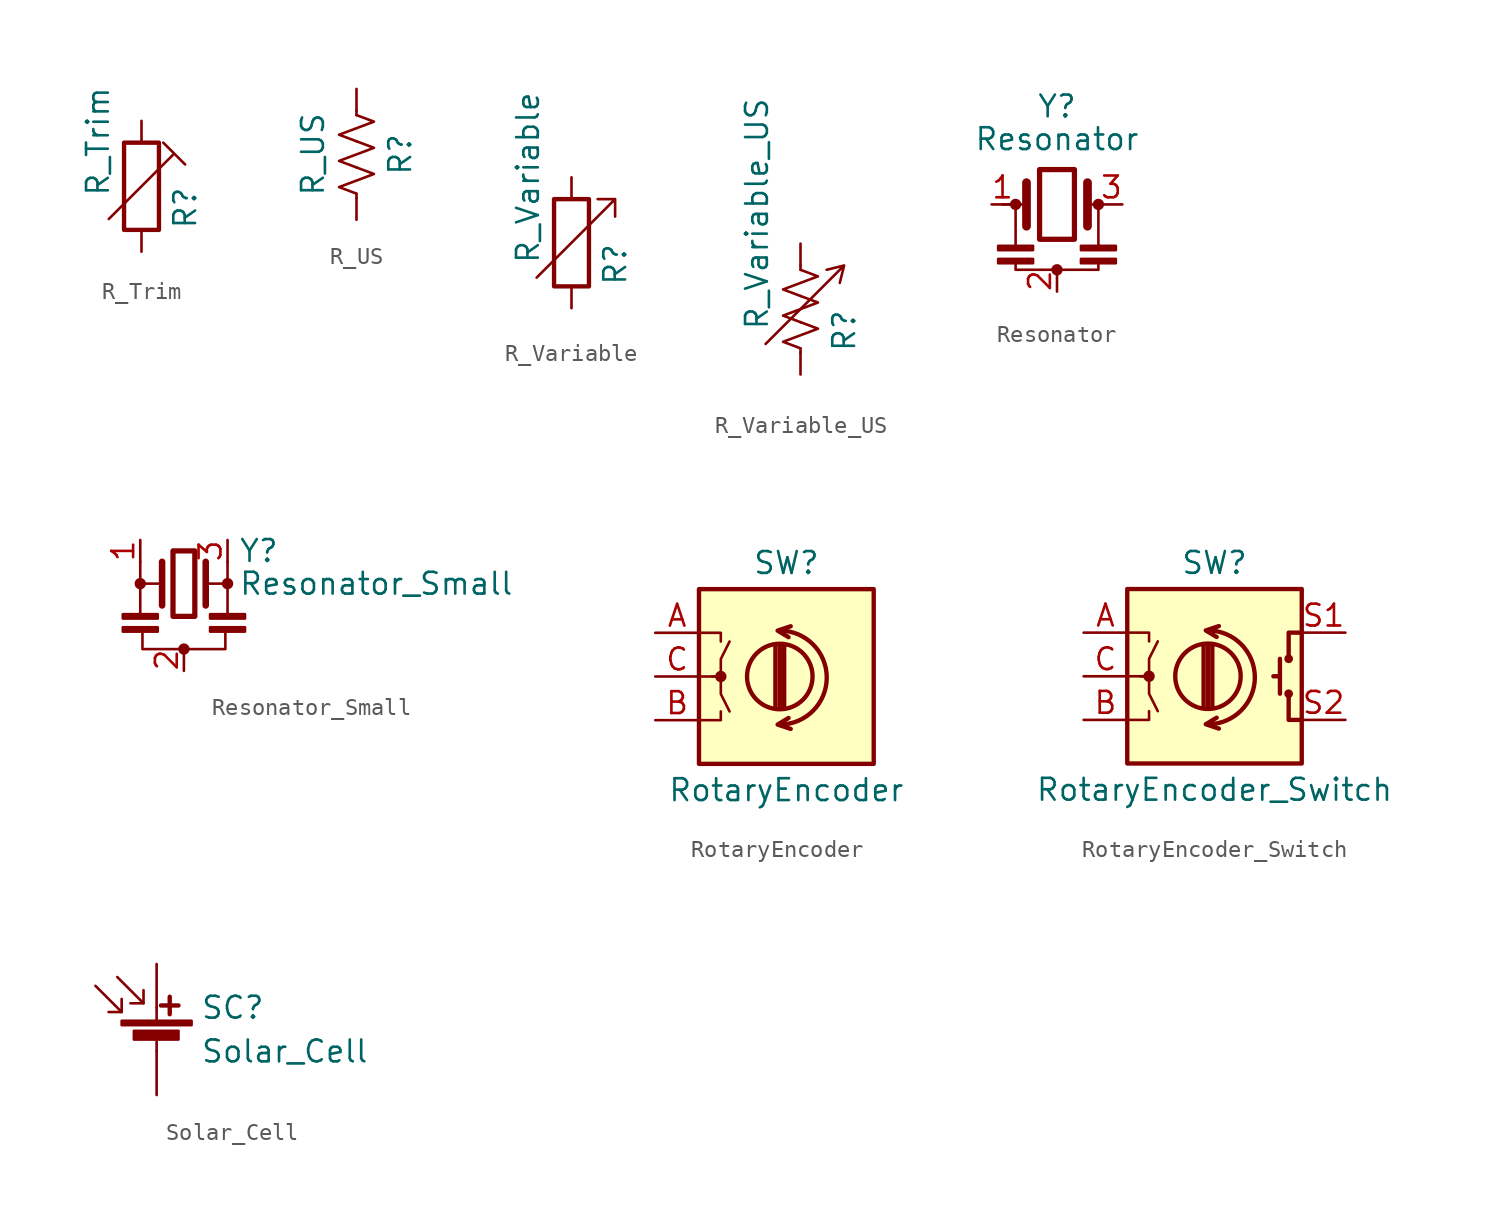
<source format=kicad_sym>
(kicad_symbol_lib
  (version 20241209)
  (generator "kicad_symbol_editor")
  (generator_version "9.0")
  (symbol "R_Trim"
    (pin_numbers
      (hide yes))
    (pin_names
      (offset 0))
    (property "Reference" "R"
      (at 2.54 -2.54 90)
      (effects (font (size 1.27 1.27)) (justify left)))
    (property "Value" "R_Trim"
      (at -2.54 -0.635 90)
      (effects (font (size 1.27 1.27)) (justify left)))
    (symbol "R_Trim_0_1"
      (polyline (pts (xy -1.905 -1.905) (xy 1.905 1.905) (xy 2.54 1.27) (xy 1.27 2.54)) (stroke (width 0) (type solid)) (fill (type none)))
      (rectangle (start -1.016 -2.54) (end 1.016 2.54) (stroke (width 0.254) (type solid)) (fill (type none))))
    (symbol "R_Trim_1_1"
      (pin passive line (at 0 3.81 270) (length 1.27) (name "~" (effects (font (size 1.27 1.27)))) (number "1" (effects (font (size 1.27 1.27)))))
      (pin passive line (at 0 -3.81 90) (length 1.27) (name "~" (effects (font (size 1.27 1.27)))) (number "2" (effects (font (size 1.27 1.27)))))))
  (symbol "R_US"
    (pin_numbers
      (hide yes))
    (pin_names
      (offset 0))
    (property "Reference" "R"
      (at 2.54 0 90)
      (effects (font (size 1.27 1.27))))
    (property "Value" "R_US"
      (at -2.54 0 90)
      (effects (font (size 1.27 1.27))))
    (symbol "R_US_0_1"
      (polyline (pts (xy 0 2.286) (xy 0 2.54)) (stroke (width 0) (type solid)) (fill (type none)))
      (polyline (pts (xy 0 2.286) (xy 1.016 1.905) (xy 0 1.524) (xy -1.016 1.143) (xy 0 0.762)) (stroke (width 0) (type solid)) (fill (type none)))
      (polyline (pts (xy 0 0.762) (xy 1.016 0.381) (xy 0 0) (xy -1.016 -0.381) (xy 0 -0.762)) (stroke (width 0) (type solid)) (fill (type none)))
      (polyline (pts (xy 0 -0.762) (xy 1.016 -1.143) (xy 0 -1.524) (xy -1.016 -1.905) (xy 0 -2.286)) (stroke (width 0) (type solid)) (fill (type none)))
      (polyline (pts (xy 0 -2.286) (xy 0 -2.54)) (stroke (width 0) (type solid)) (fill (type none))))
    (symbol "R_US_1_1"
      (pin passive line (at 0 3.81 270) (length 1.27) (name "~" (effects (font (size 1.27 1.27)))) (number "1" (effects (font (size 1.27 1.27)))))
      (pin passive line (at 0 -3.81 90) (length 1.27) (name "~" (effects (font (size 1.27 1.27)))) (number "2" (effects (font (size 1.27 1.27)))))))
  (symbol "R_Variable"
    (pin_numbers
      (hide yes))
    (pin_names
      (offset 0))
    (property "Reference" "R"
      (at 2.54 -2.54 90)
      (effects (font (size 1.27 1.27)) (justify left)))
    (property "Value" "R_Variable"
      (at -2.54 -1.27 90)
      (effects (font (size 1.27 1.27)) (justify left)))
    (symbol "R_Variable_0_1"
      (rectangle (start -1.016 -2.54) (end 1.016 2.54) (stroke (width 0.254) (type solid)) (fill (type none)))
      (polyline (pts (xy 2.54 1.524) (xy 2.54 2.54) (xy 1.524 2.54) (xy 2.54 2.54) (xy -2.032 -2.032)) (stroke (width 0) (type solid)) (fill (type none))))
    (symbol "R_Variable_1_1"
      (pin passive line (at 0 3.81 270) (length 1.27) (name "~" (effects (font (size 1.27 1.27)))) (number "1" (effects (font (size 1.27 1.27)))))
      (pin passive line (at 0 -3.81 90) (length 1.27) (name "~" (effects (font (size 1.27 1.27)))) (number "2" (effects (font (size 1.27 1.27)))))))
  (symbol "R_Variable_US"
    (pin_numbers
      (hide yes))
    (pin_names
      (offset 0))
    (property "Reference" "R"
      (at 2.54 -2.54 90)
      (effects (font (size 1.27 1.27)) (justify left)))
    (property "Value" "R_Variable_US"
      (at -2.54 -1.27 90)
      (effects (font (size 1.27 1.27)) (justify left)))
    (symbol "R_Variable_US_0_1"
      (polyline (pts (xy 0 2.286) (xy 0 2.54)) (stroke (width 0) (type solid)) (fill (type none)))
      (polyline (pts (xy 0 2.286) (xy 1.016 1.905) (xy 0 1.524) (xy -1.016 1.143) (xy 0 0.762)) (stroke (width 0.152) (type solid)) (fill (type none)))
      (polyline (pts (xy 0 0.762) (xy 1.016 0.381) (xy 0 0) (xy -1.016 -0.381) (xy 0 -0.762)) (stroke (width 0) (type solid)) (fill (type none)))
      (polyline (pts (xy 0 -0.762) (xy 1.016 -1.143) (xy 0 -1.524) (xy -1.016 -1.905) (xy 0 -2.286)) (stroke (width 0) (type solid)) (fill (type none)))
      (polyline (pts (xy 0 -2.286) (xy 0 -2.54)) (stroke (width 0) (type solid)) (fill (type none)))
      (polyline (pts (xy 2.286 1.524) (xy 2.54 2.54) (xy 1.524 2.286) (xy 2.54 2.54) (xy -2.032 -2.032)) (stroke (width 0.152) (type solid)) (fill (type none))))
    (symbol "R_Variable_US_1_1"
      (pin passive line (at 0 3.81 270) (length 1.27) (name "~" (effects (font (size 1.27 1.27)))) (number "1" (effects (font (size 1.27 1.27)))))
      (pin passive line (at 0 -3.81 90) (length 1.27) (name "~" (effects (font (size 1.27 1.27)))) (number "2" (effects (font (size 1.27 1.27)))))))
  (symbol "Resonator"
    (pin_names
      (offset 1.016)
      (hide yes))
    (property "Reference" "Y"
      (at 0 5.715 0)
      (effects (font (size 1.27 1.27))))
    (property "Value" "Resonator"
      (at 0 3.81 0)
      (effects (font (size 1.27 1.27))))
    (symbol "Resonator_0_1"
      (rectangle (start -3.429 -2.413) (end -1.397 -2.667) (stroke (width 0) (type solid)) (fill (type outline)))
      (rectangle (start -3.429 -3.175) (end -1.397 -3.429) (stroke (width 0) (type solid)) (fill (type outline)))
      (circle (center -2.413 0) (radius 0.254) (stroke (width 0) (type solid)) (fill (type outline)))
      (polyline (pts (xy -2.413 -2.413) (xy -2.413 0)) (stroke (width 0) (type solid)) (fill (type none)))
      (polyline (pts (xy -1.905 0) (xy -3.175 0)) (stroke (width 0) (type solid)) (fill (type none)))
      (polyline (pts (xy -1.778 -1.27) (xy -1.778 1.27)) (stroke (width 0.508) (type solid)) (fill (type none)))
      (rectangle (start -1.016 2.032) (end 1.016 -2.032) (stroke (width 0.305) (type solid)) (fill (type none)))
      (circle (center 0 -3.81) (radius 0.254) (stroke (width 0) (type solid)) (fill (type outline)))
      (rectangle (start 1.397 -2.413) (end 3.429 -2.667) (stroke (width 0) (type solid)) (fill (type outline)))
      (rectangle (start 1.397 -3.175) (end 3.429 -3.429) (stroke (width 0) (type solid)) (fill (type outline)))
      (polyline (pts (xy 1.778 -1.27) (xy 1.778 1.27)) (stroke (width 0.508) (type solid)) (fill (type none)))
      (polyline (pts (xy 1.905 0) (xy 2.54 0)) (stroke (width 0) (type solid)) (fill (type none)))
      (polyline (pts (xy 2.413 0) (xy 2.413 -2.54)) (stroke (width 0) (type solid)) (fill (type none)))
      (circle (center 2.413 0) (radius 0.254) (stroke (width 0) (type solid)) (fill (type outline)))
      (polyline (pts (xy 2.413 -3.302) (xy 2.413 -3.81) (xy -2.413 -3.81) (xy -2.413 -3.302)) (stroke (width 0) (type solid)) (fill (type none))))
    (symbol "Resonator_1_1"
      (pin passive line (at -3.81 0 0) (length 1.27) (name "1" (effects (font (size 1.27 1.27)))) (number "1" (effects (font (size 1.27 1.27)))))
      (pin passive line (at 0 -5.08 90) (length 1.27) (name "2" (effects (font (size 1.27 1.27)))) (number "2" (effects (font (size 1.27 1.27)))))
      (pin passive line (at 3.81 0 180) (length 1.27) (name "3" (effects (font (size 1.27 1.27)))) (number "3" (effects (font (size 1.27 1.27)))))))
  (symbol "Resonator_Small"
    (pin_names
      (offset 1.016)
      (hide yes))
    (property "Reference" "Y"
      (at 3.175 1.905 0)
      (effects (font (size 1.27 1.27)) (justify left)))
    (property "Value" "Resonator_Small"
      (at 3.175 0 0)
      (effects (font (size 1.27 1.27)) (justify left)))
    (symbol "Resonator_Small_0_1"
      (rectangle (start -3.556 -1.778) (end -1.524 -2.032) (stroke (width 0) (type solid)) (fill (type outline)))
      (rectangle (start -3.556 -2.54) (end -1.524 -2.794) (stroke (width 0) (type solid)) (fill (type outline)))
      (polyline (pts (xy -2.54 1.27) (xy -2.54 0)) (stroke (width 0) (type solid)) (fill (type none)))
      (circle (center -2.54 0) (radius 0.254) (stroke (width 0) (type solid)) (fill (type outline)))
      (polyline (pts (xy -2.54 0) (xy -1.397 0)) (stroke (width 0) (type solid)) (fill (type none)))
      (polyline (pts (xy -2.54 -1.778) (xy -2.54 0)) (stroke (width 0) (type solid)) (fill (type none)))
      (polyline (pts (xy -1.27 -1.27) (xy -1.27 1.27)) (stroke (width 0.381) (type solid)) (fill (type none)))
      (rectangle (start -0.635 1.905) (end 0.635 -1.905) (stroke (width 0.305) (type solid)) (fill (type none)))
      (circle (center 0 -3.81) (radius 0.254) (stroke (width 0) (type solid)) (fill (type outline)))
      (polyline (pts (xy 1.27 0) (xy 2.54 0)) (stroke (width 0) (type solid)) (fill (type none)))
      (polyline (pts (xy 1.27 -1.27) (xy 1.27 1.27)) (stroke (width 0.381) (type solid)) (fill (type none)))
      (rectangle (start 1.524 -1.778) (end 3.556 -2.032) (stroke (width 0) (type solid)) (fill (type outline)))
      (rectangle (start 1.524 -2.54) (end 3.556 -2.794) (stroke (width 0) (type solid)) (fill (type outline)))
      (polyline (pts (xy 2.413 -2.794) (xy 2.413 -3.81) (xy -2.413 -3.81) (xy -2.413 -2.667)) (stroke (width 0) (type solid)) (fill (type none)))
      (polyline (pts (xy 2.54 1.27) (xy 2.54 0)) (stroke (width 0) (type solid)) (fill (type none)))
      (polyline (pts (xy 2.54 0) (xy 2.54 -1.778)) (stroke (width 0) (type solid)) (fill (type none)))
      (circle (center 2.54 0) (radius 0.254) (stroke (width 0) (type solid)) (fill (type outline))))
    (symbol "Resonator_Small_1_1"
      (pin passive line (at -2.54 2.54 270) (length 1.27) (name "1" (effects (font (size 1.27 1.27)))) (number "1" (effects (font (size 1.27 1.27)))))
      (pin passive line (at 0 -5.08 90) (length 1.27) (name "2" (effects (font (size 1.27 1.27)))) (number "2" (effects (font (size 1.27 1.27)))))
      (pin passive line (at 2.54 2.54 270) (length 1.27) (name "3" (effects (font (size 1.27 1.27)))) (number "3" (effects (font (size 1.27 1.27)))))))
  (symbol "RotaryEncoder"
    (pin_names
      (offset 0.254)
      (hide yes))
    (property "Reference" "SW"
      (at 0 6.604 0)
      (effects (font (size 1.27 1.27))))
    (property "Value" "RotaryEncoder"
      (at 0 -6.604 0)
      (effects (font (size 1.27 1.27))))
    (symbol "RotaryEncoder_0_1"
      (rectangle (start -5.08 5.08) (end 5.08 -5.08) (stroke (width 0.254) (type solid)) (fill (type background)))
      (polyline (pts (xy -5.08 2.54) (xy -3.81 2.54) (xy -3.81 2.032)) (stroke (width 0) (type solid)) (fill (type none)))
      (polyline (pts (xy -5.08 0) (xy -3.81 0) (xy -3.81 -1.016) (xy -3.302 -2.032)) (stroke (width 0) (type solid)) (fill (type none)))
      (polyline (pts (xy -5.08 -2.54) (xy -3.81 -2.54) (xy -3.81 -2.032)) (stroke (width 0) (type solid)) (fill (type none)))
      (polyline (pts (xy -4.318 0) (xy -3.81 0) (xy -3.81 1.016) (xy -3.302 2.032)) (stroke (width 0) (type solid)) (fill (type none)))
      (circle (center -3.81 0) (radius 0.254) (stroke (width 0) (type solid)) (fill (type outline)))
      (polyline (pts (xy -0.635 -1.778) (xy -0.635 1.778)) (stroke (width 0.254) (type solid)) (fill (type none)))
      (circle (center -0.381 0) (radius 1.905) (stroke (width 0.254) (type solid)) (fill (type none)))
      (arc (start -0.381 2.667) (mid 2.3368 -0.0508) (end -0.381 -2.794) (stroke (width 0.254) (type solid)) (fill (type none)))
      (polyline (pts (xy -0.381 -1.778) (xy -0.381 1.778)) (stroke (width 0.254) (type solid)) (fill (type none)))
      (polyline (pts (xy -0.127 1.778) (xy -0.127 -1.778)) (stroke (width 0.254) (type solid)) (fill (type none)))
      (polyline (pts (xy 0.254 2.921) (xy -0.508 2.667) (xy 0.127 2.286)) (stroke (width 0.254) (type solid)) (fill (type none)))
      (polyline (pts (xy 0.254 -3.048) (xy -0.508 -2.794) (xy 0.127 -2.413)) (stroke (width 0.254) (type solid)) (fill (type none))))
    (symbol "RotaryEncoder_1_1"
      (pin passive line (at -7.62 2.54 0) (length 2.54) (name "A" (effects (font (size 1.27 1.27)))) (number "A" (effects (font (size 1.27 1.27)))))
      (pin passive line (at -7.62 0 0) (length 2.54) (name "C" (effects (font (size 1.27 1.27)))) (number "C" (effects (font (size 1.27 1.27)))))
      (pin passive line (at -7.62 -2.54 0) (length 2.54) (name "B" (effects (font (size 1.27 1.27)))) (number "B" (effects (font (size 1.27 1.27)))))))
  (symbol "RotaryEncoder_Switch"
    (pin_names
      (offset 0.254)
      (hide yes))
    (property "Reference" "SW"
      (at 0 6.604 0)
      (effects (font (size 1.27 1.27))))
    (property "Value" "RotaryEncoder_Switch"
      (at 0 -6.604 0)
      (effects (font (size 1.27 1.27))))
    (symbol "RotaryEncoder_Switch_0_1"
      (rectangle (start -5.08 5.08) (end 5.08 -5.08) (stroke (width 0.254) (type solid)) (fill (type background)))
      (polyline (pts (xy -5.08 2.54) (xy -3.81 2.54) (xy -3.81 2.032)) (stroke (width 0) (type solid)) (fill (type none)))
      (polyline (pts (xy -5.08 0) (xy -3.81 0) (xy -3.81 -1.016) (xy -3.302 -2.032)) (stroke (width 0) (type solid)) (fill (type none)))
      (polyline (pts (xy -5.08 -2.54) (xy -3.81 -2.54) (xy -3.81 -2.032)) (stroke (width 0) (type solid)) (fill (type none)))
      (polyline (pts (xy -4.318 0) (xy -3.81 0) (xy -3.81 1.016) (xy -3.302 2.032)) (stroke (width 0) (type solid)) (fill (type none)))
      (circle (center -3.81 0) (radius 0.254) (stroke (width 0) (type solid)) (fill (type outline)))
      (polyline (pts (xy -0.635 -1.778) (xy -0.635 1.778)) (stroke (width 0.254) (type solid)) (fill (type none)))
      (circle (center -0.381 0) (radius 1.905) (stroke (width 0.254) (type solid)) (fill (type none)))
      (arc (start -0.381 2.667) (mid 2.3368 -0.0508) (end -0.381 -2.794) (stroke (width 0.254) (type solid)) (fill (type none)))
      (polyline (pts (xy -0.381 -1.778) (xy -0.381 1.778)) (stroke (width 0.254) (type solid)) (fill (type none)))
      (polyline (pts (xy -0.127 1.778) (xy -0.127 -1.778)) (stroke (width 0.254) (type solid)) (fill (type none)))
      (polyline (pts (xy 0.254 2.921) (xy -0.508 2.667) (xy 0.127 2.286)) (stroke (width 0.254) (type solid)) (fill (type none)))
      (polyline (pts (xy 0.254 -3.048) (xy -0.508 -2.794) (xy 0.127 -2.413)) (stroke (width 0.254) (type solid)) (fill (type none)))
      (polyline (pts (xy 3.81 1.016) (xy 3.81 -1.016)) (stroke (width 0.254) (type solid)) (fill (type none)))
      (polyline (pts (xy 3.81 0) (xy 3.429 0)) (stroke (width 0.254) (type solid)) (fill (type none)))
      (circle (center 4.318 1.016) (radius 0.127) (stroke (width 0.254) (type solid)) (fill (type none)))
      (circle (center 4.318 -1.016) (radius 0.127) (stroke (width 0.254) (type solid)) (fill (type none)))
      (polyline (pts (xy 5.08 2.54) (xy 4.318 2.54) (xy 4.318 1.016)) (stroke (width 0.254) (type solid)) (fill (type none)))
      (polyline (pts (xy 5.08 -2.54) (xy 4.318 -2.54) (xy 4.318 -1.016)) (stroke (width 0.254) (type solid)) (fill (type none))))
    (symbol "RotaryEncoder_Switch_1_1"
      (pin passive line (at -7.62 2.54 0) (length 2.54) (name "A" (effects (font (size 1.27 1.27)))) (number "A" (effects (font (size 1.27 1.27)))))
      (pin passive line (at -7.62 0 0) (length 2.54) (name "C" (effects (font (size 1.27 1.27)))) (number "C" (effects (font (size 1.27 1.27)))))
      (pin passive line (at -7.62 -2.54 0) (length 2.54) (name "B" (effects (font (size 1.27 1.27)))) (number "B" (effects (font (size 1.27 1.27)))))
      (pin passive line (at 7.62 2.54 180) (length 2.54) (name "S1" (effects (font (size 1.27 1.27)))) (number "S1" (effects (font (size 1.27 1.27)))))
      (pin passive line (at 7.62 -2.54 180) (length 2.54) (name "S2" (effects (font (size 1.27 1.27)))) (number "S2" (effects (font (size 1.27 1.27)))))))
  (symbol "Solar_Cell"
    (pin_numbers
      (hide yes))
    (pin_names
      (offset 0)
      (hide yes))
    (property "Reference" "SC"
      (at 2.54 2.54 0)
      (effects (font (size 1.27 1.27)) (justify left)))
    (property "Value" "Solar_Cell"
      (at 2.54 0 0)
      (effects (font (size 1.27 1.27)) (justify left)))
    (symbol "Solar_Cell_0_1"
      (polyline (pts (xy -2.032 3.048) (xy -2.032 2.286) (xy -2.794 2.286)) (stroke (width 0) (type solid)) (fill (type none)))
      (polyline (pts (xy -2.032 2.286) (xy -3.556 3.81)) (stroke (width 0) (type solid)) (fill (type none)))
      (rectangle (start -2.032 1.778) (end 2.032 1.524) (stroke (width 0) (type solid)) (fill (type outline)))
      (rectangle (start -1.321 1.194) (end 1.27 0.686) (stroke (width 0) (type solid)) (fill (type outline)))
      (polyline (pts (xy -0.762 3.556) (xy -0.762 2.794) (xy -1.524 2.794)) (stroke (width 0) (type solid)) (fill (type none)))
      (polyline (pts (xy -0.762 2.794) (xy -2.286 4.318)) (stroke (width 0) (type solid)) (fill (type none)))
      (polyline (pts (xy 0 1.778) (xy 0 2.54)) (stroke (width 0) (type solid)) (fill (type none)))
      (polyline (pts (xy 0 0.762) (xy 0 0)) (stroke (width 0) (type solid)) (fill (type none)))
      (polyline (pts (xy 0.254 2.667) (xy 1.27 2.667)) (stroke (width 0.254) (type solid)) (fill (type none)))
      (polyline (pts (xy 0.762 3.175) (xy 0.762 2.159)) (stroke (width 0.254) (type solid)) (fill (type none))))
    (symbol "Solar_Cell_1_1"
      (pin passive line (at 0 5.08 270) (length 2.54) (name "+" (effects (font (size 1.27 1.27)))) (number "1" (effects (font (size 1.27 1.27)))))
      (pin passive line (at 0 -2.54 90) (length 2.54) (name "-" (effects (font (size 1.27 1.27)))) (number "2" (effects (font (size 1.27 1.27))))))))
</source>
